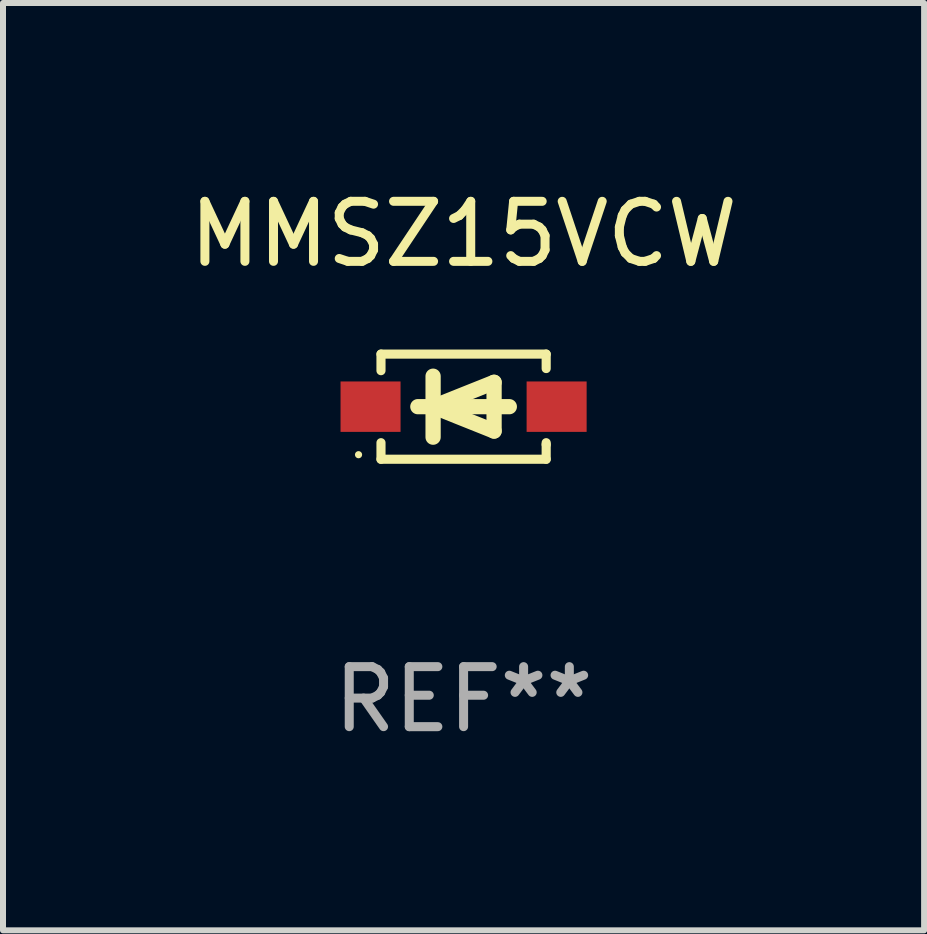
<source format=kicad_pcb>
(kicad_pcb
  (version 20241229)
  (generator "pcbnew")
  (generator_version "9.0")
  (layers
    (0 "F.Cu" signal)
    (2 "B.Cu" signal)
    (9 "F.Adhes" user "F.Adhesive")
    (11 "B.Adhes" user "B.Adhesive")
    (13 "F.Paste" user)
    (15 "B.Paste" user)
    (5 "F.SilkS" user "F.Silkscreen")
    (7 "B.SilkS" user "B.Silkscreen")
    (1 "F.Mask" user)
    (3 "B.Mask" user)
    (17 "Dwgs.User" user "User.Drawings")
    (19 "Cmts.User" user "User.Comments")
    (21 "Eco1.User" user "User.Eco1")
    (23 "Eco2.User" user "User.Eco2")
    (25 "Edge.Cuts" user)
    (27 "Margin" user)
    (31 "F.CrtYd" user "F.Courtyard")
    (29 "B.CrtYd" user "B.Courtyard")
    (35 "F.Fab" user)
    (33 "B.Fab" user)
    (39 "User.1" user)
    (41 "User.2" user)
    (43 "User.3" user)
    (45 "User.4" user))
  (footprint "MMSZ15VCW"
    (layer "F.Cu")
    (at 4.673 3.725)
    (property "Reference" "MMSZ15VCW" (at 0 -2.876 0) (layer "F.SilkS") (effects (font (size 1 1) (thickness 0.15))))
    (attr through_hole)
    (fp_line (start -1.376 -0.876) (end -1.376 -0.6) (stroke (width 0.152) (type solid)) (layer "F.SilkS"))
    (fp_line (start -1.376 -0.876) (end 1.376 -0.876) (stroke (width 0.152) (type solid)) (layer "F.SilkS"))
    (fp_line (start -1.376 0.6) (end -1.376 0.876) (stroke (width 0.152) (type solid)) (layer "F.SilkS"))
    (fp_line (start -1.376 0.876) (end 1.376 0.876) (stroke (width 0.152) (type solid)) (layer "F.SilkS"))
    (fp_line (start -0.762 -0.000051) (end 0.762 -0.000051) (stroke (width 0.254) (type solid)) (layer "F.SilkS"))
    (fp_line (start -0.508 -0.508) (end -0.508 0.508) (stroke (width 0.254) (type solid)) (layer "F.SilkS"))
    (fp_line (start -0.508 -0.000051) (end 0.508 -0.406) (stroke (width 0.254) (type solid)) (layer "F.SilkS"))
    (fp_line (start 0.508 -0.406) (end 0.508 0.406) (stroke (width 0.254) (type solid)) (layer "F.SilkS"))
    (fp_line (start 0.508 0.406) (end -0.508 -0.000051) (stroke (width 0.254) (type solid)) (layer "F.SilkS"))
    (fp_line (start 1.376 0.631) (end 1.376 0.6) (stroke (width 0.152) (type solid)) (layer "F.SilkS"))
    (fp_line (start 1.376 0.876) (end 1.376 0.631) (stroke (width 0.152) (type solid)) (layer "F.SilkS"))
    (fp_line (start 1.376 -0.876) (end 1.376 -0.635) (stroke (width 0.152) (type solid)) (layer "F.SilkS"))
    (fp_circle (center -1.75 0.8) (end -1.72 0.8) (stroke (width 0.06) (type solid)) (fill no) (layer "F.SilkS"))
    (fp_text user "REF**" (at 0 4.876 0) (layer "F.Fab") (effects (font (size 1 1) (thickness 0.15))))
    (pad "1" smd rect (at -1.55 -0.000051) (size 1 0.84) (layers "F.Cu" "F.Mask" "F.Paste"))
    (pad "2" smd rect (at 1.55 -0.000051) (size 1 0.84) (layers "F.Cu" "F.Mask" "F.Paste")))
  (gr_rect
    (start -3 -3)
    (end 12.345 12.449)
    (stroke (width 0.1) (type default))
    (fill no)
    (layer "Edge.Cuts")))
</source>
